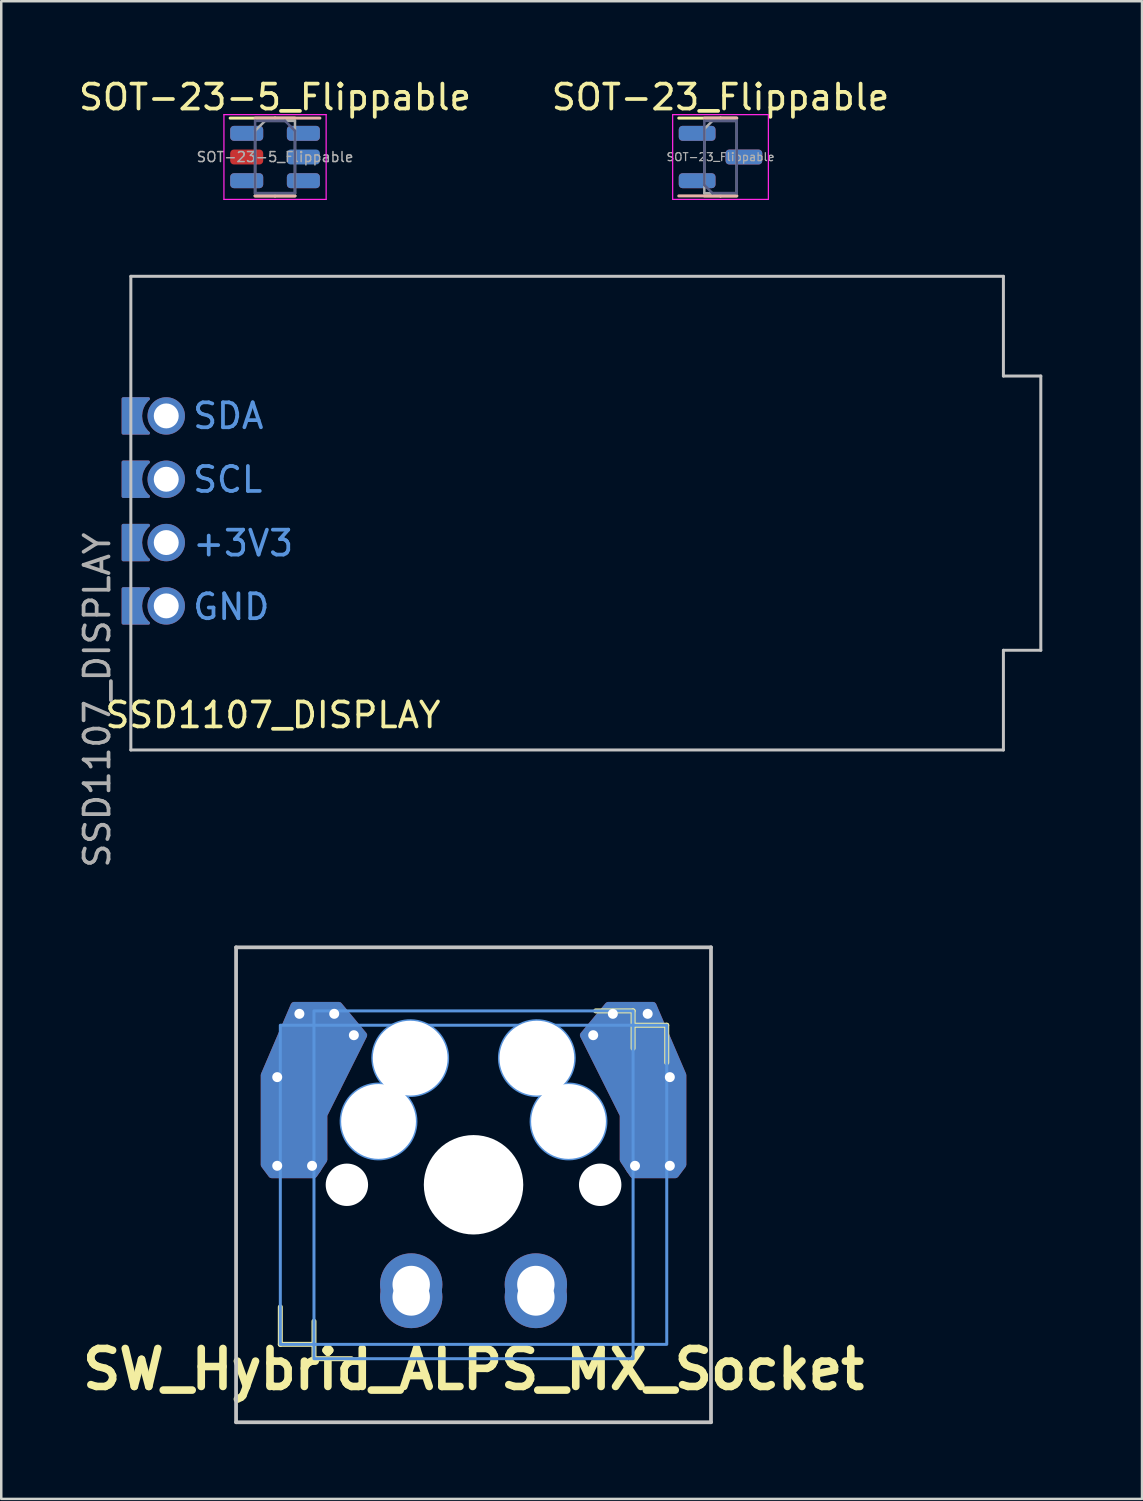
<source format=kicad_pcb>
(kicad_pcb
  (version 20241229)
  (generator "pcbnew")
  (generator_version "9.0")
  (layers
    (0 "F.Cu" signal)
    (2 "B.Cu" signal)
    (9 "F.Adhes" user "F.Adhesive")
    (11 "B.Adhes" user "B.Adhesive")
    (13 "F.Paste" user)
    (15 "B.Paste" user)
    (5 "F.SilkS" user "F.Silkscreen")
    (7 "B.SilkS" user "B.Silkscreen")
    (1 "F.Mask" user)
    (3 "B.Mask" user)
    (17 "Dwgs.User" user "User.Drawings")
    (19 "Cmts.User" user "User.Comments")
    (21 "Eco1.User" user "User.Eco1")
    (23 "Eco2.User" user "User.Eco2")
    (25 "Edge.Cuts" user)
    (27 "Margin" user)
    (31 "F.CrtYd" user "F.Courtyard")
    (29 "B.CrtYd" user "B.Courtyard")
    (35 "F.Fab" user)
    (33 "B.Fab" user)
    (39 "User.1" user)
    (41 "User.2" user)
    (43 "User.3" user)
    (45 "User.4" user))
  (footprint "SW_Hybrid_ALPS_MX_Socket"
    (layer "F.Cu")
    (at 15.944 44.473)
    (property "Reference" "SW_Hybrid_ALPS_MX_Socket" (at 0 7.4 0) (layer "F.SilkS") (effects (font (size 1.524 1.524) (thickness 0.305))))
    (attr through_hole)
    (fp_line (start -7.75 6.4) (end -7.75 4.9) (stroke (width 0.2) (type solid)) (layer "F.SilkS"))
    (fp_line (start -7.75 6.4) (end -6.4 6.4) (stroke (width 0.2) (type solid)) (layer "F.SilkS"))
    (fp_line (start -6.4 6.975) (end -6.4 5.475) (stroke (width 0.2) (type solid)) (layer "F.SilkS"))
    (fp_line (start -6.4 6.975) (end -4.9 6.975) (stroke (width 0.2) (type solid)) (layer "F.SilkS"))
    (fp_line (start 6.4 -6.975) (end 4.9 -6.975) (stroke (width 0.2) (type solid)) (layer "F.SilkS"))
    (fp_line (start 6.4 -6.975) (end 6.4 -5.475) (stroke (width 0.2) (type solid)) (layer "F.SilkS"))
    (fp_line (start 7.75 -6.4) (end 6.4 -6.4) (stroke (width 0.2) (type solid)) (layer "F.SilkS"))
    (fp_line (start 7.75 -6.4) (end 7.75 -4.9) (stroke (width 0.2) (type solid)) (layer "F.SilkS"))
    (fp_line (start -9.525 -9.525) (end 9.525 -9.525) (stroke (width 0.15) (type solid)) (layer "Dwgs.User"))
    (fp_line (start -9.525 9.525) (end -9.525 -9.525) (stroke (width 0.15) (type solid)) (layer "Dwgs.User"))
    (fp_line (start 9.525 -9.525) (end 9.525 9.525) (stroke (width 0.15) (type solid)) (layer "Dwgs.User"))
    (fp_line (start 9.525 9.525) (end -9.525 9.525) (stroke (width 0.15) (type solid)) (layer "Dwgs.User"))
    (fp_rect (start -7.75 -6.4) (end 7.75 6.4) (stroke (width 0.12) (type solid)) (fill no) (layer "Cmts.User"))
    (fp_rect (start -6.4 -6.975) (end 6.4 6.975) (stroke (width 0.12) (type solid)) (fill no) (layer "Cmts.User"))
    (fp_arc (start -3.607551 -4.026275) (mid -1.868588 -6.422828) (end -2.742449 -3.593725) (stroke (width 0.12) (type solid)) (layer "Cmts.User"))
    (fp_arc (start -2.742449 -3.593725) (mid -4.481412 -1.197172) (end -3.607551 -4.026275) (stroke (width 0.12) (type solid)) (layer "Cmts.User"))
    (fp_arc (start 2.742449 -3.593725) (mid 1.868588 -6.422828) (end 3.607551 -4.026275) (stroke (width 0.12) (type solid)) (layer "Cmts.User"))
    (fp_arc (start 3.607551 -4.026275) (mid 4.481412 -1.197172) (end 2.742449 -3.593725) (stroke (width 0.12) (type solid)) (layer "Cmts.User"))
    (pad "" np_thru_hole circle (at -5.08 0) (size 1.7 1.7) (drill 1.7) (layers "*.Cu" "*.Mask"))
    (pad "" np_thru_hole circle (at -3.81 -2.54) (size 3 3) (drill 3) (layers "*.Cu" "*.Mask"))
    (pad "" np_thru_hole circle (at -2.54 -5.08) (size 3 3) (drill 3) (layers "*.Cu" "*.Mask"))
    (pad "" np_thru_hole circle (at 0 0) (size 3.988 3.988) (drill 3.988) (layers "*.Cu" "*.Mask"))
    (pad "" np_thru_hole circle (at 2.54 -5.08) (size 3 3) (drill 3) (layers "*.Cu" "*.Mask"))
    (pad "" np_thru_hole circle (at 3.81 -2.54) (size 3 3) (drill 3) (layers "*.Cu" "*.Mask"))
    (pad "" np_thru_hole circle (at 5.08 0) (size 1.702 1.702) (drill 1.702) (layers "*.Cu" "*.Mask"))
    (pad "1" thru_hole circle (at -7.874 -4.318) (size 0.8 0.8) (drill 0.4) (layers "*.Cu"))
    (pad "1" thru_hole circle (at -7.874 -0.762) (size 0.8 0.8) (drill 0.4) (layers "*.Cu"))
    (pad "1" smd custom (at -7.285 -2.54 180) (size 2.35 2.5) (layers "B.Cu") (options (anchor rect)) (primitives (gr_poly (pts (xy 1.115 -1.74) (xy 1.115 1.86) (xy -0.085 4.66) (xy -1.885 4.66) (xy -2.885 3.46) (xy -1.285 0.26) (xy -1.285 -1.54) (xy -0.885 -2.14) (xy 0.815 -2.14)) (width 0.27) (fill yes))))
    (pad "1" smd rect (at -7.2 -2.54 180) (size 2.35 2.5) (layers "B.Cu" "B.Mask"))
    (pad "1" thru_hole circle (at -6.985 -6.858) (size 0.8 0.8) (drill 0.4) (layers "*.Cu"))
    (pad "1" smd custom (at -6.499 -5.067 180) (size 2.15 2.5) (layers "F.Cu") (options (anchor rect)) (primitives (gr_poly (pts (xy 1.901 -4.267) (xy 1.901 -0.667) (xy 0.701 2.133) (xy -1.099 2.133) (xy -2.099 0.933) (xy -0.499 -2.267) (xy -0.499 -4.067) (xy -0.099 -4.667) (xy 1.601 -4.667)) (width 0.27) (fill yes))))
    (pad "1" thru_hole circle (at -6.477 -0.762) (size 0.8 0.8) (drill 0.4) (layers "*.Cu"))
    (pad "1" smd rect (at -6.399 -5.067 180) (size 2.15 2.5) (layers "F.Cu" "F.Mask"))
    (pad "1" thru_hole circle (at -5.588 -6.858) (size 0.8 0.8) (drill 0.4) (layers "*.Cu"))
    (pad "1" thru_hole circle (at -4.8 -6) (size 0.8 0.8) (drill 0.4) (layers "*.Cu"))
    (pad "1" thru_hole circle (at -2.5 4) (size 2.5 2.5) (drill 1.5) (layers "*.Cu" "*.Mask"))
    (pad "1" thru_hole circle (at -2.5 4.5) (size 2.5 2.5) (drill 1.5) (layers "*.Cu" "*.Mask"))
    (pad "2" thru_hole circle (at 2.5 4) (size 2.5 2.5) (drill 1.5) (layers "*.Cu" "*.Mask"))
    (pad "2" thru_hole circle (at 2.5 4.5) (size 2.5 2.5) (drill 1.5) (layers "*.Cu" "*.Mask"))
    (pad "2" thru_hole circle (at 4.8 -6) (size 0.8 0.8) (drill 0.4) (layers "*.Cu"))
    (pad "2" thru_hole circle (at 5.588 -6.858) (size 0.8 0.8) (drill 0.4) (layers "*.Cu"))
    (pad "2" smd rect (at 6.425 -5.067) (size 2.15 2.5) (layers "B.Cu" "B.Mask"))
    (pad "2" smd custom (at 6.425 -5.067 180) (size 2.15 2.5) (layers "B.Cu") (options (anchor rect)) (primitives (gr_poly (pts (xy 0.425 -4.067) (xy 0.425 -2.267) (xy 2.025 0.933) (xy 1.025 2.133) (xy -0.775 2.133) (xy -1.975 -0.667) (xy -1.975 -4.267) (xy -1.675 -4.667) (xy 0.025 -4.667)) (width 0.27) (fill yes))))
    (pad "2" thru_hole circle (at 6.477 -0.762) (size 0.8 0.8) (drill 0.4) (layers "*.Cu"))
    (pad "2" thru_hole circle (at 6.985 -6.858) (size 0.8 0.8) (drill 0.4) (layers "*.Cu"))
    (pad "2" smd rect (at 7.212 -2.54) (size 2.35 2.5) (layers "F.Cu" "F.Mask"))
    (pad "2" smd custom (at 7.212 -2.54 180) (size 2.35 2.5) (layers "F.Cu") (options (anchor rect)) (primitives (gr_poly (pts (xy 1.212 -1.54) (xy 1.212 0.26) (xy 2.812 3.46) (xy 1.812 4.66) (xy 0.012 4.66) (xy -1.188 1.86) (xy -1.188 -1.74) (xy -0.888 -2.14) (xy 0.812 -2.14)) (width 0.27) (fill yes))))
    (pad "2" thru_hole circle (at 7.874 -4.318) (size 0.8 0.8) (drill 0.4) (layers "*.Cu"))
    (pad "2" thru_hole circle (at 7.874 -0.762) (size 0.8 0.8) (drill 0.4) (layers "*.Cu")))
  (footprint "SOT-23_Flippable"
    (layer "F.Cu")
    (at 25.851 3.248)
    (property "Reference" "SOT-23_Flippable" (at 0 -2.4 0) (layer "F.SilkS") (effects (font (size 1 1) (thickness 0.15))))
    (attr smd)
    (fp_line (start 0 -1.56) (end -1.675 -1.56) (stroke (width 0.12) (type solid)) (layer "F.SilkS"))
    (fp_line (start 0 -1.56) (end 0.65 -1.56) (stroke (width 0.12) (type solid)) (layer "F.SilkS"))
    (fp_line (start 0 1.56) (end -0.65 1.56) (stroke (width 0.12) (type solid)) (layer "F.SilkS"))
    (fp_line (start 0 1.56) (end 0.65 1.56) (stroke (width 0.12) (type solid)) (layer "F.SilkS"))
    (fp_line (start 0 -1.56) (end -0.65 -1.56) (stroke (width 0.12) (type solid)) (layer "B.SilkS"))
    (fp_line (start 0 -1.56) (end 0.65 -1.56) (stroke (width 0.12) (type solid)) (layer "B.SilkS"))
    (fp_line (start 0 1.56) (end -1.675 1.56) (stroke (width 0.12) (type solid)) (layer "B.SilkS"))
    (fp_line (start 0 1.56) (end 0.65 1.56) (stroke (width 0.12) (type solid)) (layer "B.SilkS"))
    (fp_line (start -1.92 -1.7) (end -1.92 1.7) (stroke (width 0.05) (type solid)) (layer "F.CrtYd"))
    (fp_line (start -1.92 1.7) (end 1.92 1.7) (stroke (width 0.05) (type solid)) (layer "F.CrtYd"))
    (fp_line (start 1.92 -1.7) (end -1.92 -1.7) (stroke (width 0.05) (type solid)) (layer "F.CrtYd"))
    (fp_line (start 1.92 1.7) (end 1.92 -1.7) (stroke (width 0.05) (type solid)) (layer "F.CrtYd"))
    (fp_line (start -0.65 -1.45) (end -0.65 1.125) (stroke (width 0.1) (type solid)) (layer "B.Fab"))
    (fp_line (start -0.65 -1.45) (end 0.65 -1.45) (stroke (width 0.1) (type solid)) (layer "B.Fab"))
    (fp_line (start -0.65 1.125) (end -0.325 1.45) (stroke (width 0.1) (type solid)) (layer "B.Fab"))
    (fp_line (start -0.325 1.45) (end 0.65 1.45) (stroke (width 0.1) (type solid)) (layer "B.Fab"))
    (fp_line (start 0.65 1.45) (end 0.65 -1.45) (stroke (width 0.1) (type solid)) (layer "B.Fab"))
    (fp_line (start -0.65 -1.125) (end -0.325 -1.45) (stroke (width 0.1) (type solid)) (layer "F.Fab"))
    (fp_line (start -0.65 1.45) (end -0.65 -1.125) (stroke (width 0.1) (type solid)) (layer "F.Fab"))
    (fp_line (start -0.325 -1.45) (end 0.65 -1.45) (stroke (width 0.1) (type solid)) (layer "F.Fab"))
    (fp_line (start 0.65 -1.45) (end 0.65 1.45) (stroke (width 0.1) (type solid)) (layer "F.Fab"))
    (fp_line (start 0.65 1.45) (end -0.65 1.45) (stroke (width 0.1) (type solid)) (layer "F.Fab"))
    (fp_text user "${REFERENCE}" (at 0 0 0) (layer "F.Fab") (effects (font (size 0.32 0.32) (thickness 0.05))))
    (pad "1" smd roundrect (at -0.938 -0.95) (size 1.475 0.6) (layers "F.Cu" "F.Mask" "F.Paste") (roundrect_rratio 0.25))
    (pad "1" smd roundrect (at -0.938 0.95 180) (size 1.475 0.6) (layers "B.Cu" "B.Mask" "B.Paste") (roundrect_rratio 0.25))
    (pad "2" smd roundrect (at -0.938 -0.95 180) (size 1.475 0.6) (layers "B.Cu" "B.Mask" "B.Paste") (roundrect_rratio 0.25))
    (pad "2" smd roundrect (at -0.938 0.95) (size 1.475 0.6) (layers "F.Cu" "F.Mask" "F.Paste") (roundrect_rratio 0.25))
    (pad "3" smd roundrect (at 0.938 0) (size 1.475 0.6) (layers "F.Cu" "F.Mask" "F.Paste") (roundrect_rratio 0.25))
    (pad "3" smd roundrect (at 0.938 0 180) (size 1.475 0.6) (layers "B.Cu" "B.Mask" "B.Paste") (roundrect_rratio 0.25)))
  (footprint "SOT-23-5_Flippable"
    (layer "F.Cu")
    (at 7.982 3.248)
    (property "Reference" "SOT-23-5_Flippable" (at 0 -2.4 0) (layer "F.SilkS") (effects (font (size 1 1) (thickness 0.15))))
    (attr smd)
    (fp_line (start 0 -1.56) (end -1.8 -1.56) (stroke (width 0.12) (type solid)) (layer "F.SilkS"))
    (fp_line (start 0 -1.56) (end 0.8 -1.56) (stroke (width 0.12) (type solid)) (layer "F.SilkS"))
    (fp_line (start 0 1.56) (end -0.8 1.56) (stroke (width 0.12) (type solid)) (layer "F.SilkS"))
    (fp_line (start 0 1.56) (end 0.8 1.56) (stroke (width 0.12) (type solid)) (layer "F.SilkS"))
    (fp_line (start 0 -1.56) (end -0.8 -1.56) (stroke (width 0.12) (type solid)) (layer "B.SilkS"))
    (fp_line (start 0 -1.56) (end 1.8 -1.56) (stroke (width 0.12) (type solid)) (layer "B.SilkS"))
    (fp_line (start 0 1.56) (end -0.8 1.56) (stroke (width 0.12) (type solid)) (layer "B.SilkS"))
    (fp_line (start 0 1.56) (end 0.8 1.56) (stroke (width 0.12) (type solid)) (layer "B.SilkS"))
    (fp_line (start -2.05 -1.7) (end -2.05 1.7) (stroke (width 0.05) (type solid)) (layer "F.CrtYd"))
    (fp_line (start -2.05 1.7) (end 2.05 1.7) (stroke (width 0.05) (type solid)) (layer "F.CrtYd"))
    (fp_line (start 2.05 -1.7) (end -2.05 -1.7) (stroke (width 0.05) (type solid)) (layer "F.CrtYd"))
    (fp_line (start 2.05 1.7) (end 2.05 -1.7) (stroke (width 0.05) (type solid)) (layer "F.CrtYd"))
    (fp_line (start -0.8 -1.45) (end -0.8 1.45) (stroke (width 0.1) (type solid)) (layer "B.Fab"))
    (fp_line (start 0.4 -1.45) (end -0.8 -1.45) (stroke (width 0.1) (type solid)) (layer "B.Fab"))
    (fp_line (start 0.8 -1.05) (end 0.4 -1.45) (stroke (width 0.1) (type solid)) (layer "B.Fab"))
    (fp_line (start 0.8 1.45) (end -0.8 1.45) (stroke (width 0.1) (type solid)) (layer "B.Fab"))
    (fp_line (start 0.8 1.45) (end 0.8 -1.05) (stroke (width 0.1) (type solid)) (layer "B.Fab"))
    (fp_line (start -0.8 -1.05) (end -0.4 -1.45) (stroke (width 0.1) (type solid)) (layer "F.Fab"))
    (fp_line (start -0.8 1.45) (end -0.8 -1.05) (stroke (width 0.1) (type solid)) (layer "F.Fab"))
    (fp_line (start -0.4 -1.45) (end 0.8 -1.45) (stroke (width 0.1) (type solid)) (layer "F.Fab"))
    (fp_line (start 0.8 -1.45) (end 0.8 1.45) (stroke (width 0.1) (type solid)) (layer "F.Fab"))
    (fp_line (start 0.8 1.45) (end -0.8 1.45) (stroke (width 0.1) (type solid)) (layer "F.Fab"))
    (fp_text user "${REFERENCE}" (at 0 0 0) (layer "F.Fab") (effects (font (size 0.4 0.4) (thickness 0.06))))
    (pad "1" smd roundrect (at -1.137 -0.95) (size 1.325 0.6) (layers "F.Cu" "F.Mask" "F.Paste") (roundrect_rratio 0.25))
    (pad "1" smd roundrect (at 1.137 -0.95) (size 1.325 0.6) (layers "B.Cu" "B.Mask" "B.Paste") (roundrect_rratio 0.25))
    (pad "2" smd roundrect (at -1.137 0) (size 1.325 0.6) (layers "F.Cu" "F.Mask" "F.Paste") (roundrect_rratio 0.25))
    (pad "2" smd roundrect (at 1.137 0) (size 1.325 0.6) (layers "B.Cu" "B.Mask" "B.Paste") (roundrect_rratio 0.25))
    (pad "3" smd roundrect (at -1.137 0.95) (size 1.325 0.6) (layers "F.Cu" "F.Mask" "F.Paste") (roundrect_rratio 0.25))
    (pad "3" smd roundrect (at 1.137 0.95) (size 1.325 0.6) (layers "B.Cu" "B.Mask" "B.Paste") (roundrect_rratio 0.25))
    (pad "4" smd roundrect (at -1.137 0.95) (size 1.325 0.6) (layers "B.Cu" "B.Mask" "B.Paste") (roundrect_rratio 0.25))
    (pad "4" smd roundrect (at 1.137 0.95) (size 1.325 0.6) (layers "F.Cu" "F.Mask" "F.Paste") (roundrect_rratio 0.25))
    (pad "5" smd roundrect (at -1.137 -0.95) (size 1.325 0.6) (layers "B.Cu" "B.Mask" "B.Paste") (roundrect_rratio 0.25))
    (pad "5" smd roundrect (at 1.137 -0.95) (size 1.325 0.6) (layers "F.Cu" "F.Mask" "F.Paste") (roundrect_rratio 0.25)))
  (footprint "SSD1107_DISPLAY"
    (layer "F.Cu")
    (at 2.198 17.533)
    (property "Reference" "SSD1107_DISPLAY" (at 5.7 8.1 180) (layer "F.SilkS") (effects (font (size 1 1) (thickness 0.15))))
    (attr through_hole)
    (fp_line (start 0 9.5) (end 0 -9.5) (stroke (width 0.12) (type solid)) (layer "Dwgs.User"))
    (fp_line (start 35 -9.5) (end 0 -9.5) (stroke (width 0.12) (type solid)) (layer "Dwgs.User"))
    (fp_line (start 35 -9.5) (end 35 -5.5) (stroke (width 0.12) (type solid)) (layer "Dwgs.User"))
    (fp_line (start 35 -5.5) (end 36.5 -5.5) (stroke (width 0.12) (type solid)) (layer "Dwgs.User"))
    (fp_line (start 35 5.5) (end 35 9.5) (stroke (width 0.12) (type solid)) (layer "Dwgs.User"))
    (fp_line (start 35 9.5) (end 0 9.5) (stroke (width 0.12) (type solid)) (layer "Dwgs.User"))
    (fp_line (start 36.5 -5.5) (end 36.5 5.5) (stroke (width 0.12) (type solid)) (layer "Dwgs.User"))
    (fp_line (start 36.5 5.5) (end 35 5.5) (stroke (width 0.12) (type solid)) (layer "Dwgs.User"))
    (fp_line (start -1 -9.5) (end 37.5 -9.5) (stroke (width 0.12) (type solid)) (layer "Eco1.User"))
    (fp_line (start -1 9.5) (end -1 -9.5) (stroke (width 0.12) (type solid)) (layer "Eco1.User"))
    (fp_line (start -0.08 -5.5) (end -0.08 5.5) (stroke (width 0.12) (type solid)) (layer "Eco1.User"))
    (fp_line (start -0.08 5.5) (end 2.92 5.5) (stroke (width 0.12) (type solid)) (layer "Eco1.User"))
    (fp_line (start 2.92 -5.5) (end -0.08 -5.5) (stroke (width 0.12) (type solid)) (layer "Eco1.User"))
    (fp_line (start 2.92 -5.5) (end 2.92 5.5) (stroke (width 0.12) (type solid)) (layer "Eco1.User"))
    (fp_line (start 37.5 -9.5) (end 37.5 9.5) (stroke (width 0.12) (type solid)) (layer "Eco1.User"))
    (fp_line (start 37.5 9.5) (end -1 9.5) (stroke (width 0.12) (type solid)) (layer "Eco1.User"))
    (fp_circle (center 2 -7.5) (end 3 -7.5) (stroke (width 0.12) (type solid)) (fill no) (layer "Eco1.User"))
    (fp_circle (center 2 -7.5) (end 3.3 -7.5) (stroke (width 0.12) (type solid)) (fill no) (layer "Eco1.User"))
    (fp_circle (center 2 7.5) (end 3 7.5) (stroke (width 0.12) (type solid)) (fill no) (layer "Eco1.User"))
    (fp_circle (center 2 7.5) (end 3.3 7.5) (stroke (width 0.12) (type solid)) (fill no) (layer "Eco1.User"))
    (fp_text user "SCL" (at 3.886 -1.347 0) (layer "Cmts.User") (effects (font (size 1 1) (thickness 0.15))))
    (fp_text user "+3V3" (at 4.505 1.207 0) (layer "Cmts.User") (effects (font (size 1 1) (thickness 0.15))))
    (fp_text user "SDA" (at 3.91 -3.9 0) (layer "Cmts.User") (effects (font (size 1 1) (thickness 0.15))))
    (fp_text user "GND" (at 4.029 3.76 0) (layer "Cmts.User") (effects (font (size 1 1) (thickness 0.15))))
    (fp_text user "${REFERENCE}" (at -1.35 7.5 270) (layer "F.Fab") (effects (font (size 1 1) (thickness 0.15))))
    (pad "" thru_hole oval (at 1.42 -3.9 180) (size 1.5 1.5) (drill 1) (layers "*.Cu" "*.Mask"))
    (pad "" thru_hole oval (at 1.42 -1.36 180) (size 1.5 1.5) (drill 1) (layers "*.Cu" "*.Mask"))
    (pad "" thru_hole oval (at 1.42 1.18 180) (size 1.5 1.5) (drill 1) (layers "*.Cu" "*.Mask"))
    (pad "" thru_hole circle (at 1.42 3.72 180) (size 1.5 1.5) (drill 1) (layers "*.Cu" "*.Mask"))
    (pad "1" smd custom (at 0.04 -3.9) (size 0.8 1.4) (layers "B.Cu" "B.Mask") (options (anchor rect)) (primitives (gr_poly (pts (xy 0.56 0.67) (xy 0.34 0.67) (xy 0.34 0.3)) (width 0.1) (fill yes)) (gr_line (start 0.67 0.69) (end -0.35 0.69) (width 0.12)) (gr_line (start -0.35 -0.69) (end -0.35 0.69) (width 0.12)) (gr_arc (start 0.67 0.69) (mid 0.355616 0.001451) (end 0.667813 -0.688092) (width 0.12)) (gr_poly (pts (xy 0.56 -0.67) (xy 0.34 -0.67) (xy 0.34 -0.3)) (width 0.1) (fill yes)) (gr_line (start 0.67 -0.69) (end -0.35 -0.69) (width 0.12))))
    (pad "1" smd custom (at 0.04 3.72) (size 0.8 1.4) (layers "F.Cu" "F.Mask") (options (anchor rect)) (primitives (gr_poly (pts (xy 0.56 0.67) (xy 0.34 0.67) (xy 0.34 0.3)) (width 0.1) (fill yes)) (gr_line (start 0.67 0.69) (end -0.35 0.69) (width 0.12)) (gr_line (start -0.35 -0.69) (end -0.35 0.69) (width 0.12)) (gr_arc (start 0.67 0.69) (mid 0.355616 0.001451) (end 0.667813 -0.688092) (width 0.12)) (gr_poly (pts (xy 0.56 -0.67) (xy 0.34 -0.67) (xy 0.34 -0.3)) (width 0.1) (fill yes)) (gr_line (start 0.67 -0.69) (end -0.35 -0.69) (width 0.12))))
    (pad "2" smd custom (at 0.04 -1.36) (size 0.8 1.4) (layers "B.Cu" "B.Mask") (options (anchor rect)) (primitives (gr_poly (pts (xy 0.56 0.67) (xy 0.34 0.67) (xy 0.34 0.3)) (width 0.1) (fill yes)) (gr_line (start 0.67 0.69) (end -0.35 0.69) (width 0.12)) (gr_line (start -0.35 -0.69) (end -0.35 0.69) (width 0.12)) (gr_arc (start 0.67 0.69) (mid 0.355616 0.001451) (end 0.667813 -0.688092) (width 0.12)) (gr_poly (pts (xy 0.56 -0.67) (xy 0.34 -0.67) (xy 0.34 -0.3)) (width 0.1) (fill yes)) (gr_line (start 0.67 -0.69) (end -0.35 -0.69) (width 0.12))))
    (pad "2" smd custom (at 0.04 1.18) (size 0.8 1.4) (layers "F.Cu" "F.Mask") (options (anchor rect)) (primitives (gr_poly (pts (xy 0.56 0.67) (xy 0.34 0.67) (xy 0.34 0.3)) (width 0.1) (fill yes)) (gr_line (start 0.67 0.69) (end -0.35 0.69) (width 0.12)) (gr_line (start -0.35 -0.69) (end -0.35 0.69) (width 0.12)) (gr_arc (start 0.67 0.69) (mid 0.355616 0.001451) (end 0.667813 -0.688092) (width 0.12)) (gr_poly (pts (xy 0.56 -0.67) (xy 0.34 -0.67) (xy 0.34 -0.3)) (width 0.1) (fill yes)) (gr_line (start 0.67 -0.69) (end -0.35 -0.69) (width 0.12))))
    (pad "3" smd custom (at 0.04 -1.36) (size 0.8 1.4) (layers "F.Cu" "F.Mask") (options (anchor rect)) (primitives (gr_poly (pts (xy 0.56 0.67) (xy 0.34 0.67) (xy 0.34 0.3)) (width 0.1) (fill yes)) (gr_line (start 0.67 0.69) (end -0.35 0.69) (width 0.12)) (gr_line (start -0.35 -0.69) (end -0.35 0.69) (width 0.12)) (gr_arc (start 0.67 0.69) (mid 0.355616 0.001451) (end 0.667813 -0.688092) (width 0.12)) (gr_poly (pts (xy 0.56 -0.67) (xy 0.34 -0.67) (xy 0.34 -0.3)) (width 0.1) (fill yes)) (gr_line (start 0.67 -0.69) (end -0.35 -0.69) (width 0.12))))
    (pad "3" smd custom (at 0.04 1.18) (size 0.8 1.4) (layers "B.Cu" "B.Mask") (options (anchor rect)) (primitives (gr_poly (pts (xy 0.56 0.67) (xy 0.34 0.67) (xy 0.34 0.3)) (width 0.1) (fill yes)) (gr_line (start 0.67 0.69) (end -0.35 0.69) (width 0.12)) (gr_line (start -0.35 -0.69) (end -0.35 0.69) (width 0.12)) (gr_arc (start 0.67 0.69) (mid 0.355616 0.001451) (end 0.667813 -0.688092) (width 0.12)) (gr_poly (pts (xy 0.56 -0.67) (xy 0.34 -0.67) (xy 0.34 -0.3)) (width 0.1) (fill yes)) (gr_line (start 0.67 -0.69) (end -0.35 -0.69) (width 0.12))))
    (pad "4" smd custom (at 0.04 -3.9) (size 0.8 1.4) (layers "F.Cu" "F.Mask") (options (anchor rect)) (primitives (gr_poly (pts (xy 0.56 0.67) (xy 0.34 0.67) (xy 0.34 0.3)) (width 0.1) (fill yes)) (gr_line (start 0.67 0.69) (end -0.35 0.69) (width 0.12)) (gr_line (start -0.35 -0.69) (end -0.35 0.69) (width 0.12)) (gr_arc (start 0.67 0.69) (mid 0.355616 0.001451) (end 0.667813 -0.688092) (width 0.12)) (gr_poly (pts (xy 0.56 -0.67) (xy 0.34 -0.67) (xy 0.34 -0.3)) (width 0.1) (fill yes)) (gr_line (start 0.67 -0.69) (end -0.35 -0.69) (width 0.12))))
    (pad "4" smd custom (at 0.04 3.72) (size 0.8 1.4) (layers "B.Cu" "B.Mask") (options (anchor rect)) (primitives (gr_poly (pts (xy 0.56 0.67) (xy 0.34 0.67) (xy 0.34 0.3)) (width 0.1) (fill yes)) (gr_line (start 0.67 0.69) (end -0.35 0.69) (width 0.12)) (gr_line (start -0.35 -0.69) (end -0.35 0.69) (width 0.12)) (gr_arc (start 0.67 0.69) (mid 0.355616 0.001451) (end 0.667813 -0.688092) (width 0.12)) (gr_poly (pts (xy 0.56 -0.67) (xy 0.34 -0.67) (xy 0.34 -0.3)) (width 0.1) (fill yes)) (gr_line (start 0.67 -0.69) (end -0.35 -0.69) (width 0.12)))))
  (gr_rect
    (start -3 -3)
    (end 42.758 57.073)
    (stroke (width 0.1) (type default))
    (fill no)
    (layer "Edge.Cuts")))
</source>
